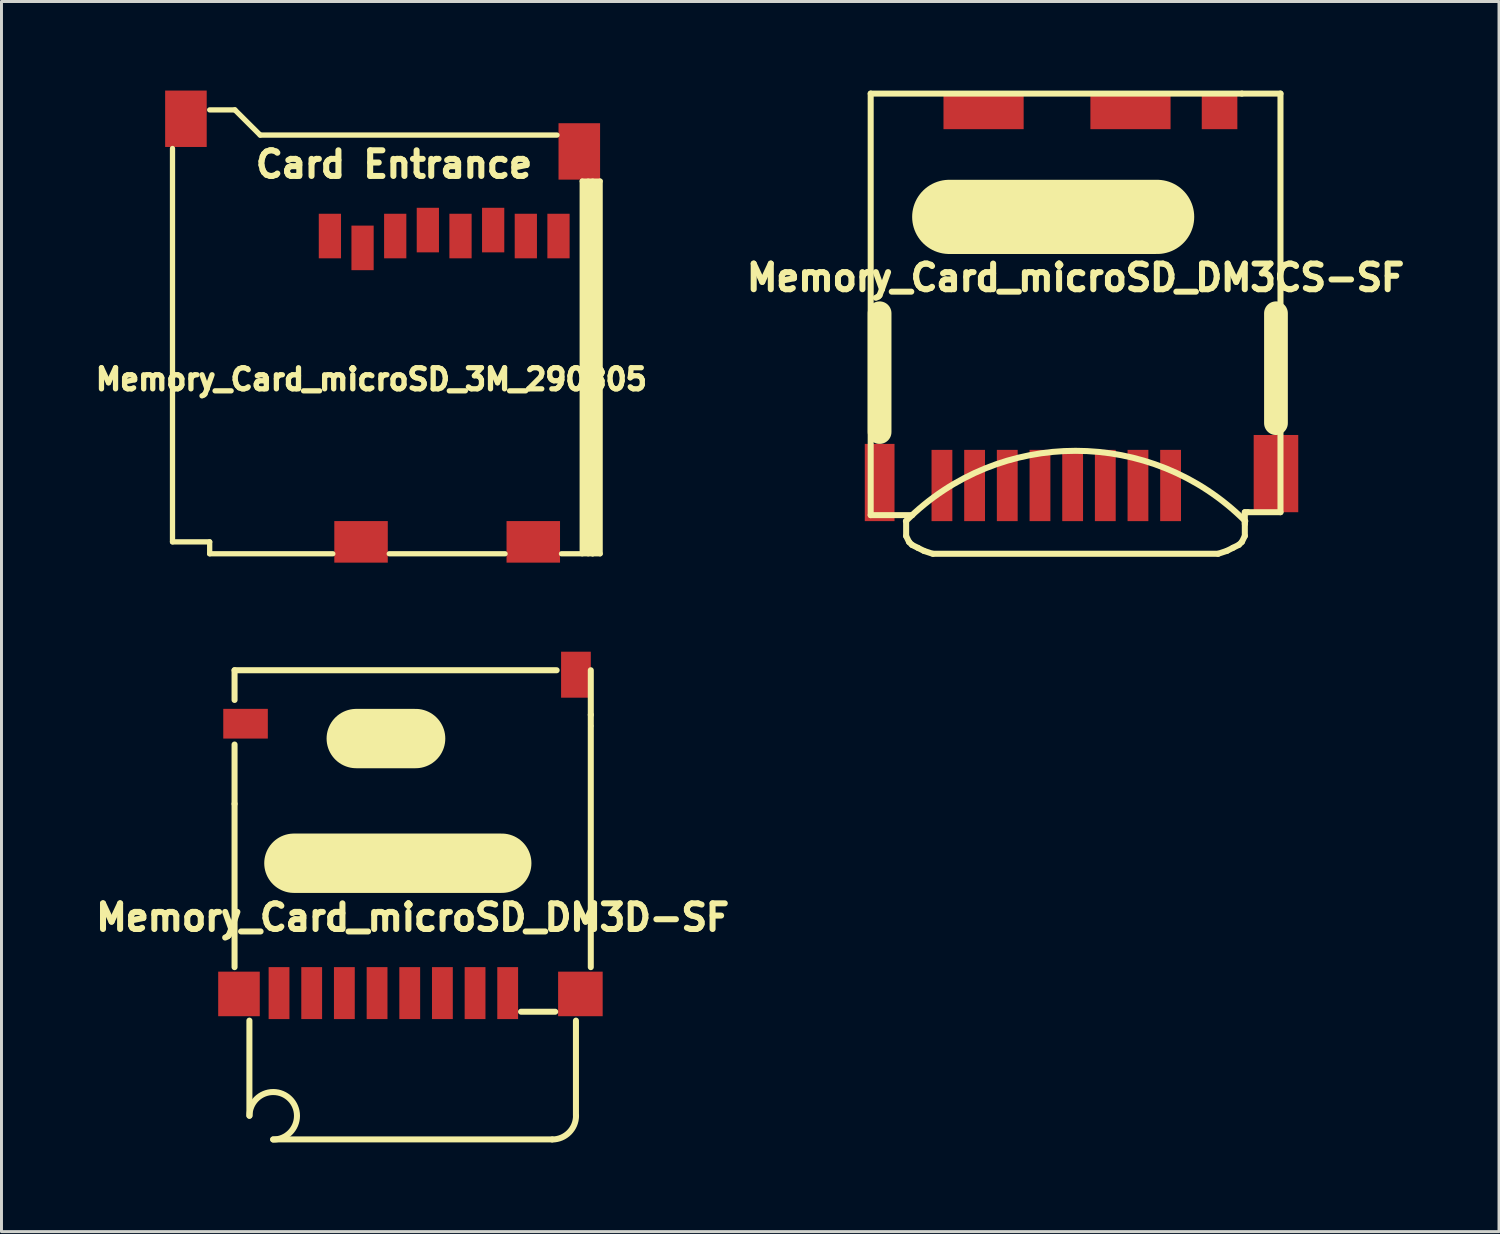
<source format=kicad_pcb>
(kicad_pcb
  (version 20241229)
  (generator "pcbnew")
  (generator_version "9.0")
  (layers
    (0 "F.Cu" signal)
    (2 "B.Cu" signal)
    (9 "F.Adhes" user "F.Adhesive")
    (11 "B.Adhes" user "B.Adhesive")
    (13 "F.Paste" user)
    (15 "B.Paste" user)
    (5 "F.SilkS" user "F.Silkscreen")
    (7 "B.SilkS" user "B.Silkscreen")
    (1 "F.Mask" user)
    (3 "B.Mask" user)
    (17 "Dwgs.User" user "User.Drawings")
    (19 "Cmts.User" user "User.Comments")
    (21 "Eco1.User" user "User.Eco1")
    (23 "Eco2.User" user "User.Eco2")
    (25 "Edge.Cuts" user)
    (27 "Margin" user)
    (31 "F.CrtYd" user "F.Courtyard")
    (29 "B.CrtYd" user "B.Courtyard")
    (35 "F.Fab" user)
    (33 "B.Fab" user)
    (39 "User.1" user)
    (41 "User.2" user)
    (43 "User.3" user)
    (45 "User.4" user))
  (footprint "Memory_Card_microSD_DM3CS-SF"
    (layer "F.Cu")
    (at 33.176 14.501)
    (property "Reference" "Memory_Card_microSD_DM3CS-SF" (at 0 -8.199 0) (layer "F.SilkS") (effects (font (size 0.864 0.864) (thickness 0.203))))
    (attr smd)
    (fp_line (start -6.901 -0.201) (end -6.901 -14.399) (stroke (width 0.203) (type solid)) (layer "F.SilkS"))
    (fp_line (start -6.601 -3) (end -6.601 -7) (stroke (width 0.8) (type solid)) (layer "F.SilkS"))
    (fp_line (start -5.707 0.003) (end -5.707 0.503) (stroke (width 0.203) (type solid)) (layer "F.SilkS"))
    (fp_line (start -5.707 0.503) (end -5.608 0.704) (stroke (width 0.203) (type solid)) (layer "F.SilkS"))
    (fp_line (start -5.608 0.704) (end -5.507 0.803) (stroke (width 0.203) (type solid)) (layer "F.SilkS"))
    (fp_line (start -5.507 0.803) (end -5.309 0.902) (stroke (width 0.203) (type solid)) (layer "F.SilkS"))
    (fp_line (start -5.499 -0.201) (end -6.901 -0.201) (stroke (width 0.203) (type solid)) (layer "F.SilkS"))
    (fp_line (start -5.309 0.902) (end -5.108 1.003) (stroke (width 0.203) (type solid)) (layer "F.SilkS"))
    (fp_line (start -5.108 1.003) (end -4.808 1.102) (stroke (width 0.203) (type solid)) (layer "F.SilkS"))
    (fp_line (start -4.801 1.1) (end 4.801 1.1) (stroke (width 0.203) (type solid)) (layer "F.SilkS"))
    (fp_line (start 2.746 -10.246) (end -4.255 -10.246) (stroke (width 2.499) (type solid)) (layer "F.SilkS"))
    (fp_line (start 5.1 1.001) (end 4.801 1.1) (stroke (width 0.203) (type solid)) (layer "F.SilkS"))
    (fp_line (start 5.301 0.899) (end 5.1 1.001) (stroke (width 0.203) (type solid)) (layer "F.SilkS"))
    (fp_line (start 5.499 0.8) (end 5.301 0.899) (stroke (width 0.203) (type solid)) (layer "F.SilkS"))
    (fp_line (start 5.601 -14.399) (end -6.901 -14.399) (stroke (width 0.203) (type solid)) (layer "F.SilkS"))
    (fp_line (start 5.601 0.701) (end 5.499 0.8) (stroke (width 0.203) (type solid)) (layer "F.SilkS"))
    (fp_line (start 5.7 -0.3) (end 5.799 -0.3) (stroke (width 0.203) (type solid)) (layer "F.SilkS"))
    (fp_line (start 5.7 0) (end 5.7 0.5) (stroke (width 0.203) (type solid)) (layer "F.SilkS"))
    (fp_line (start 5.7 0.099) (end 5.7 -0.3) (stroke (width 0.203) (type solid)) (layer "F.SilkS"))
    (fp_line (start 5.7 0.5) (end 5.601 0.701) (stroke (width 0.203) (type solid)) (layer "F.SilkS"))
    (fp_line (start 6.749 -3.299) (end 6.749 -7) (stroke (width 0.8) (type solid)) (layer "F.SilkS"))
    (fp_line (start 6.901 -14.399) (end 5.601 -14.399) (stroke (width 0.203) (type solid)) (layer "F.SilkS"))
    (fp_line (start 6.901 -0.3) (end 5.799 -0.3) (stroke (width 0.203) (type solid)) (layer "F.SilkS"))
    (fp_line (start 6.901 -0.3) (end 6.901 -14.399) (stroke (width 0.203) (type solid)) (layer "F.SilkS"))
    (fp_arc (start -5.715 0) (mid 0 -2.367231) (end 5.715 0) (stroke (width 0.2032) (type solid)) (layer "F.SilkS"))
    (pad "1" smd rect (at 3.2 -1.199) (size 0.701 2.4) (layers "F.Cu" "F.Mask" "F.Paste"))
    (pad "2" smd rect (at 2.101 -1.199) (size 0.701 2.4) (layers "F.Cu" "F.Mask" "F.Paste"))
    (pad "3" smd rect (at 1.001 -1.199) (size 0.701 2.4) (layers "F.Cu" "F.Mask" "F.Paste"))
    (pad "4" smd rect (at -0.099 -1.199) (size 0.701 2.4) (layers "F.Cu" "F.Mask" "F.Paste"))
    (pad "5" smd rect (at -1.199 -1.199) (size 0.701 2.4) (layers "F.Cu" "F.Mask" "F.Paste"))
    (pad "6" smd rect (at -2.301 -1.199) (size 0.701 2.4) (layers "F.Cu" "F.Mask" "F.Paste"))
    (pad "7" smd rect (at -3.401 -1.199) (size 0.701 2.4) (layers "F.Cu" "F.Mask" "F.Paste"))
    (pad "8" smd rect (at -4.501 -1.199) (size 0.701 2.4) (layers "F.Cu" "F.Mask" "F.Paste"))
    (pad "9" smd rect (at -6.599 -1.3) (size 1.001 2.601) (layers "F.Cu" "F.Mask" "F.Paste"))
    (pad "9" smd rect (at -3.099 -13.8) (size 2.7 1.199) (layers "F.Cu" "F.Mask" "F.Paste"))
    (pad "9" smd rect (at 1.849 -13.8) (size 2.7 1.199) (layers "F.Cu" "F.Mask" "F.Paste"))
    (pad "9" smd rect (at 4.849 -13.8) (size 1.199 1.199) (layers "F.Cu" "F.Mask" "F.Paste"))
    (pad "9" smd rect (at 6.749 -1.6) (size 1.501 2.601) (layers "F.Cu" "F.Mask" "F.Paste")))
  (footprint "Memory_Card_microSD_3M_290805"
    (layer "F.Cu")
    (at 8.061 4.9)
    (property "Reference" "Memory_Card_microSD_3M_290805" (at 1.397 4.826 0) (layer "F.SilkS") (effects (font (size 0.711 0.711) (thickness 0.178))))
    (attr smd)
    (fp_line (start -5.301 -2.949) (end -5.301 10.3) (stroke (width 0.178) (type solid)) (layer "F.SilkS"))
    (fp_line (start -5.301 10.3) (end -4.049 10.3) (stroke (width 0.178) (type solid)) (layer "F.SilkS"))
    (fp_line (start -4.049 10.701) (end -4.049 10.3) (stroke (width 0.178) (type solid)) (layer "F.SilkS"))
    (fp_line (start -3.2 -4.249) (end -4.049 -4.249) (stroke (width 0.178) (type solid)) (layer "F.SilkS"))
    (fp_line (start -2.349 -3.401) (end -3.2 -4.249) (stroke (width 0.178) (type solid)) (layer "F.SilkS"))
    (fp_line (start 0.099 10.701) (end -4.049 10.701) (stroke (width 0.178) (type solid)) (layer "F.SilkS"))
    (fp_line (start 5.9 10.701) (end 1.999 10.701) (stroke (width 0.178) (type solid)) (layer "F.SilkS"))
    (fp_line (start 7.65 -3.401) (end -2.349 -3.401) (stroke (width 0.178) (type solid)) (layer "F.SilkS"))
    (fp_line (start 8.499 -1.849) (end 8.499 10.701) (stroke (width 0.178) (type solid)) (layer "F.SilkS"))
    (fp_line (start 8.6 10.65) (end 8.6 -1.801) (stroke (width 0.178) (type solid)) (layer "F.SilkS"))
    (fp_line (start 8.7 -1.849) (end 8.7 10.701) (stroke (width 0.178) (type solid)) (layer "F.SilkS"))
    (fp_line (start 8.849 -1.849) (end 8.849 10.701) (stroke (width 0.178) (type solid)) (layer "F.SilkS"))
    (fp_line (start 8.849 10.701) (end 7.8 10.701) (stroke (width 0.178) (type solid)) (layer "F.SilkS"))
    (fp_line (start 8.951 10.65) (end 8.951 -1.801) (stroke (width 0.178) (type solid)) (layer "F.SilkS"))
    (fp_line (start 9.101 -1.849) (end 8.499 -1.849) (stroke (width 0.178) (type solid)) (layer "F.SilkS"))
    (fp_line (start 9.101 -1.849) (end 9.101 10.701) (stroke (width 0.178) (type solid)) (layer "F.SilkS"))
    (fp_line (start 9.101 10.701) (end 8.849 10.701) (stroke (width 0.178) (type solid)) (layer "F.SilkS"))
    (fp_text user "Card Entrance" (at 2.159 -2.413 0) (layer "F.SilkS") (effects (font (size 0.864 0.864) (thickness 0.203))))
    (pad "1" smd rect (at 0 0) (size 0.749 1.501) (layers "F.Cu" "F.Mask" "F.Paste"))
    (pad "2" smd rect (at 1.1 0.399) (size 0.749 1.501) (layers "F.Cu" "F.Mask" "F.Paste"))
    (pad "3" smd rect (at 2.2 0) (size 0.749 1.501) (layers "F.Cu" "F.Mask" "F.Paste"))
    (pad "4" smd rect (at 3.299 -0.201) (size 0.749 1.501) (layers "F.Cu" "F.Mask" "F.Paste"))
    (pad "5" smd rect (at 4.399 0) (size 0.749 1.501) (layers "F.Cu" "F.Mask" "F.Paste"))
    (pad "6" smd rect (at 5.499 -0.201) (size 0.749 1.501) (layers "F.Cu" "F.Mask" "F.Paste"))
    (pad "7" smd rect (at 6.599 0) (size 0.749 1.501) (layers "F.Cu" "F.Mask" "F.Paste"))
    (pad "8" smd rect (at 7.699 0) (size 0.749 1.501) (layers "F.Cu" "F.Mask" "F.Paste"))
    (pad "9" smd rect (at -4.849 -3.95) (size 1.4 1.9) (layers "F.Cu" "F.Mask" "F.Paste"))
    (pad "9" smd rect (at 1.049 10.3) (size 1.801 1.4) (layers "F.Cu" "F.Mask" "F.Paste"))
    (pad "9" smd rect (at 6.85 10.3) (size 1.801 1.4) (layers "F.Cu" "F.Mask" "F.Paste"))
    (pad "9" smd rect (at 8.4 -2.85) (size 1.4 1.9) (layers "F.Cu" "F.Mask" "F.Paste")))
  (footprint "Memory_Card_microSD_DM3D-SF"
    (layer "F.Cu")
    (at 10.849 31.025)
    (property "Reference" "Memory_Card_microSD_DM3D-SF" (at 0 -3.175 0) (layer "F.SilkS") (effects (font (size 0.864 0.864) (thickness 0.203))))
    (attr smd)
    (fp_line (start -5.999 -11.501) (end 4.849 -11.501) (stroke (width 0.203) (type solid)) (layer "F.SilkS"))
    (fp_line (start -5.999 -10.5) (end -5.999 -11.501) (stroke (width 0.203) (type solid)) (layer "F.SilkS"))
    (fp_line (start -5.999 -7) (end -5.999 -8.999) (stroke (width 0.203) (type solid)) (layer "F.SilkS"))
    (fp_line (start -5.999 -1.501) (end -5.999 -7) (stroke (width 0.203) (type solid)) (layer "F.SilkS"))
    (fp_line (start -5.499 3.5) (end -5.499 0.3) (stroke (width 0.203) (type solid)) (layer "F.SilkS"))
    (fp_line (start -4.699 4.3) (end 4.699 4.3) (stroke (width 0.203) (type solid)) (layer "F.SilkS"))
    (fp_line (start -1.9 -9.2) (end 0.099 -9.2) (stroke (width 1.999) (type solid)) (layer "F.SilkS"))
    (fp_line (start 3 -5.001) (end -4 -5.001) (stroke (width 1.999) (type solid)) (layer "F.SilkS"))
    (fp_line (start 4.801 0) (end 3.65 0) (stroke (width 0.203) (type solid)) (layer "F.SilkS"))
    (fp_line (start 5.499 3.5) (end 5.499 0.3) (stroke (width 0.203) (type solid)) (layer "F.SilkS"))
    (fp_line (start 5.999 -10) (end 5.999 -11.501) (stroke (width 0.203) (type solid)) (layer "F.SilkS"))
    (fp_line (start 5.999 -10) (end 5.999 -9.649) (stroke (width 0.203) (type solid)) (layer "F.SilkS"))
    (fp_line (start 5.999 -9.601) (end 5.999 -1.501) (stroke (width 0.203) (type solid)) (layer "F.SilkS"))
    (fp_arc (start -5.49656 3.5052) (mid -4.130704 2.939444) (end -4.69646 4.3053) (stroke (width 0.2032) (type solid)) (layer "F.SilkS"))
    (fp_arc (start 5.50164 3.50266) (mid 5.267296 4.068416) (end 4.70154 4.30276) (stroke (width 0.2032) (type solid)) (layer "F.SilkS"))
    (pad "1" smd rect (at 3.2 -0.627) (size 0.701 1.75) (layers "F.Cu" "F.Mask" "F.Paste"))
    (pad "2" smd rect (at 2.101 -0.627) (size 0.701 1.75) (layers "F.Cu" "F.Mask" "F.Paste"))
    (pad "3" smd rect (at 1.001 -0.627) (size 0.701 1.75) (layers "F.Cu" "F.Mask" "F.Paste"))
    (pad "4" smd rect (at -0.099 -0.627) (size 0.701 1.75) (layers "F.Cu" "F.Mask" "F.Paste"))
    (pad "5" smd rect (at -1.199 -0.627) (size 0.701 1.75) (layers "F.Cu" "F.Mask" "F.Paste"))
    (pad "6" smd rect (at -2.301 -0.627) (size 0.701 1.75) (layers "F.Cu" "F.Mask" "F.Paste"))
    (pad "7" smd rect (at -3.401 -0.627) (size 0.701 1.75) (layers "F.Cu" "F.Mask" "F.Paste"))
    (pad "8" smd rect (at -4.501 -0.627) (size 0.701 1.75) (layers "F.Cu" "F.Mask" "F.Paste"))
    (pad "9" smd rect (at -5.85 -0.599) (size 1.4 1.501) (layers "F.Cu" "F.Mask" "F.Paste"))
    (pad "9" smd rect (at -5.629 -9.7) (size 1.501 1.001) (layers "F.Cu" "F.Mask" "F.Paste"))
    (pad "9" smd rect (at 5.649 -0.599) (size 1.501 1.501) (layers "F.Cu" "F.Mask" "F.Paste"))
    (pad "10" smd rect (at 5.499 -11.351) (size 1.001 1.549) (layers "F.Cu" "F.Mask" "F.Paste")))
  (gr_rect
    (start -3 -3)
    (end 47.437 38.432)
    (stroke (width 0.1) (type default))
    (fill no)
    (layer "Edge.Cuts")))
</source>
